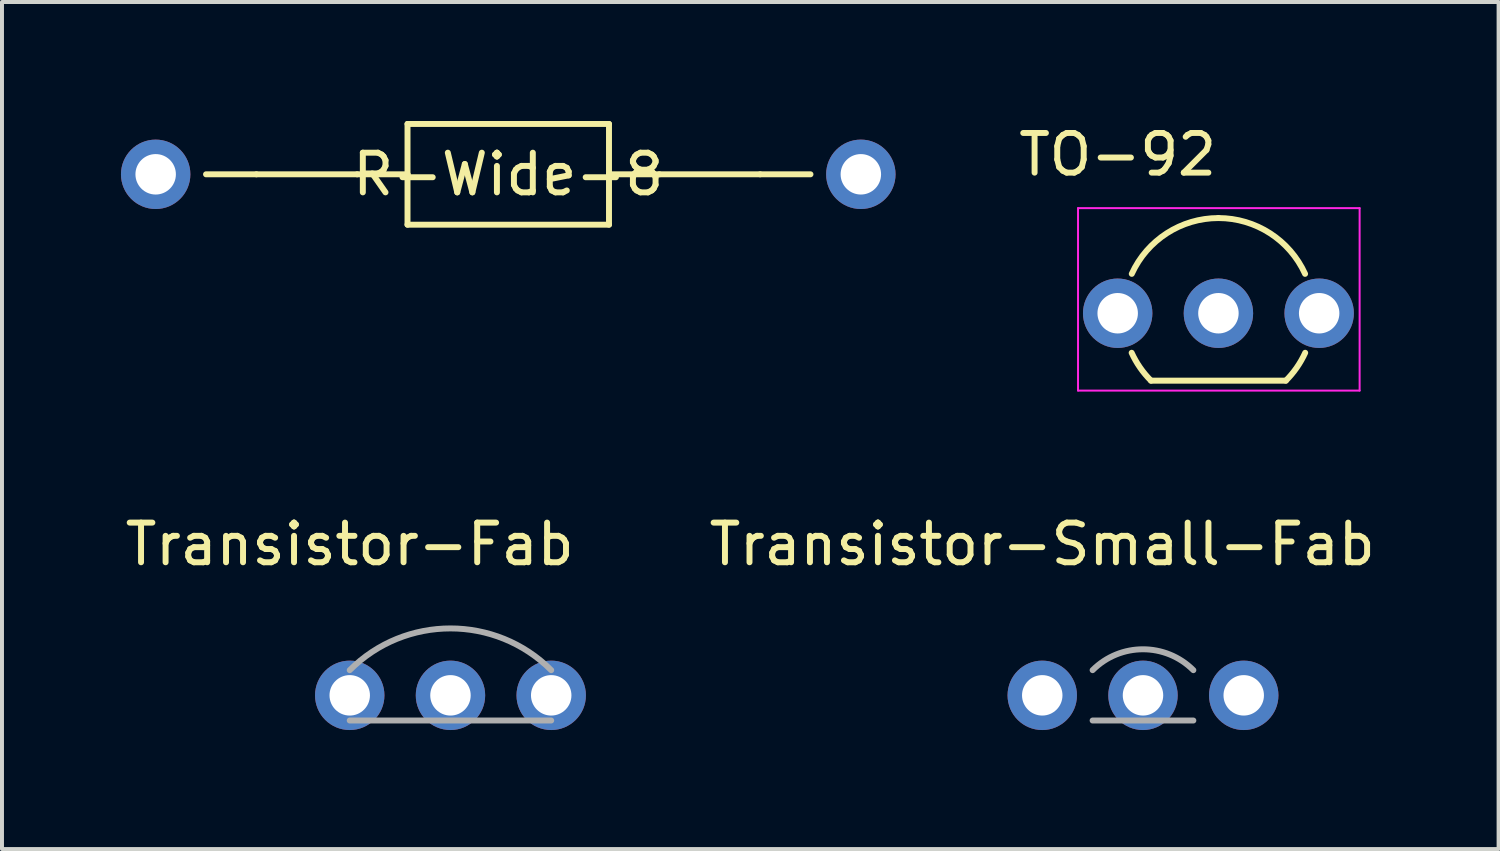
<source format=kicad_pcb>
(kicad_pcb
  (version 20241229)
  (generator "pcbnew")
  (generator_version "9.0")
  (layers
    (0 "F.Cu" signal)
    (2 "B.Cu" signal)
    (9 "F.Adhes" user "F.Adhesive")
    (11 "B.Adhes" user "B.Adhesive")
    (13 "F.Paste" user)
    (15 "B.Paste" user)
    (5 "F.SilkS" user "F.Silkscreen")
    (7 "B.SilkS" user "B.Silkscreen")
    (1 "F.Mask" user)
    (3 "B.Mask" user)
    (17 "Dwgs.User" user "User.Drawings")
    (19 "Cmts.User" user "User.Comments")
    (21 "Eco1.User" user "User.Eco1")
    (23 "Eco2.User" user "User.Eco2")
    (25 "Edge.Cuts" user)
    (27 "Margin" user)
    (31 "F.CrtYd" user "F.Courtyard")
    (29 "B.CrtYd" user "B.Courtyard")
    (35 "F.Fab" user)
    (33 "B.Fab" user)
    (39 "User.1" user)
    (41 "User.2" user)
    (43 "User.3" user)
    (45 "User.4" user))
  (footprint "TO-92"
    (layer "F.Cu")
    (at 25.131 4.848)
    (property "Reference" "TO-92" (at 0 -4 0) (layer "F.SilkS") (effects (font (size 1 1) (thickness 0.15))))
    (attr through_hole)
    (fp_line (start 0.84 1.7) (end 4.24 1.7) (stroke (width 0.15) (type solid)) (layer "F.SilkS"))
    (fp_arc (start 0.355121 -0.993127) (mid 1.240675 -2.017858) (end 2.54 -2.4) (stroke (width 0.15) (type solid)) (layer "F.SilkS"))
    (fp_arc (start 0.84 1.7) (mid 0.564627 1.370365) (end 0.352305 0.99699) (stroke (width 0.15) (type solid)) (layer "F.SilkS"))
    (fp_arc (start 2.54 -2.4) (mid 3.839326 -2.017858) (end 4.724879 -0.993127) (stroke (width 0.15) (type solid)) (layer "F.SilkS"))
    (fp_arc (start 4.727695 0.99699) (mid 4.515373 1.370365) (end 4.24 1.7) (stroke (width 0.15) (type solid)) (layer "F.SilkS"))
    (fp_line (start -1 -2.65) (end 6.1 -2.65) (stroke (width 0.05) (type solid)) (layer "F.CrtYd"))
    (fp_line (start -1 1.95) (end -1 -2.65) (stroke (width 0.05) (type solid)) (layer "F.CrtYd"))
    (fp_line (start -1 1.95) (end 6.1 1.95) (stroke (width 0.05) (type solid)) (layer "F.CrtYd"))
    (fp_line (start 6.1 1.95) (end 6.1 -2.65) (stroke (width 0.05) (type solid)) (layer "F.CrtYd"))
    (pad "1" thru_hole circle (at 0 0 90) (size 1.75 1.75) (drill 1.02) (layers "B.Cu" "B.Mask"))
    (pad "1" thru_hole circle (at 2.54 0 90) (size 1.75 1.75) (drill 1.02) (layers "B.Cu" "B.Mask"))
    (pad "1" thru_hole circle (at 5.08 0 90) (size 1.75 1.75) (drill 1.02) (layers "B.Cu" "B.Mask")))
  (footprint "Transistor-Fab"
    (layer "F.Cu")
    (at 5.768 14.482)
    (property "Reference" "Transistor-Fab" (at 0 -3.81 0) (layer "F.SilkS") (effects (font (size 1 1) (thickness 0.15))))
    (attr through_hole)
    (fp_line (start 0 0.635) (end 5.08 0.635) (stroke (width 0.15) (type solid)) (layer "F.Fab"))
    (fp_arc (start 0 -0.635) (mid 2.54 -1.687102) (end 5.08 -0.635) (stroke (width 0.15) (type solid)) (layer "F.Fab"))
    (pad "1" thru_hole circle (at 0 0) (size 1.75 1.75) (drill 1.02) (layers "B.Cu" "B.Mask"))
    (pad "1" thru_hole circle (at 2.54 0) (size 1.75 1.75) (drill 1.02) (layers "B.Cu" "B.Mask"))
    (pad "1" thru_hole circle (at 5.08 0) (size 1.75 1.75) (drill 1.02) (layers "B.Cu" "B.Mask")))
  (footprint "R-Wide-8"
    (layer "F.Cu")
    (at 0.875 1.345)
    (property "Reference" "R-Wide-8" (at 8.89 0 0) (layer "F.SilkS") (effects (font (size 1 1) (thickness 0.15))))
    (attr through_hole)
    (fp_line (start 2.54 0) (end 1.27 0) (stroke (width 0.15) (type solid)) (layer "F.SilkS"))
    (fp_line (start 5.08 0) (end 2.54 0) (stroke (width 0.15) (type solid)) (layer "F.SilkS"))
    (fp_line (start 6.35 -1.27) (end 11.43 -1.27) (stroke (width 0.15) (type solid)) (layer "F.SilkS"))
    (fp_line (start 6.35 0) (end 5.08 0) (stroke (width 0.15) (type solid)) (layer "F.SilkS"))
    (fp_line (start 6.35 0) (end 6.35 -1.27) (stroke (width 0.15) (type solid)) (layer "F.SilkS"))
    (fp_line (start 6.35 1.27) (end 6.35 0) (stroke (width 0.15) (type solid)) (layer "F.SilkS"))
    (fp_line (start 11.43 -1.27) (end 11.43 1.27) (stroke (width 0.15) (type solid)) (layer "F.SilkS"))
    (fp_line (start 11.43 0) (end 12.7 0) (stroke (width 0.15) (type solid)) (layer "F.SilkS"))
    (fp_line (start 11.43 1.27) (end 6.35 1.27) (stroke (width 0.15) (type solid)) (layer "F.SilkS"))
    (fp_line (start 12.7 0) (end 15.24 0) (stroke (width 0.15) (type solid)) (layer "F.SilkS"))
    (fp_line (start 15.24 0) (end 16.51 0) (stroke (width 0.15) (type solid)) (layer "F.SilkS"))
    (pad "1" thru_hole circle (at 0 0) (size 1.75 1.75) (drill 1.02) (layers "B.Cu" "B.Mask"))
    (pad "1" thru_hole circle (at 17.78 0) (size 1.75 1.75) (drill 1.02) (layers "B.Cu" "B.Mask")))
  (footprint "Transistor-Small-Fab"
    (layer "F.Cu")
    (at 23.229 14.482)
    (property "Reference" "Transistor-Small-Fab" (at 0 -3.81 0) (layer "F.SilkS") (effects (font (size 1 1) (thickness 0.15))))
    (attr through_hole)
    (fp_line (start 3.81 0.635) (end 1.27 0.635) (stroke (width 0.15) (type solid)) (layer "F.Fab"))
    (fp_arc (start 1.27 -0.635) (mid 2.54 -1.161051) (end 3.81 -0.635) (stroke (width 0.15) (type solid)) (layer "F.Fab"))
    (pad "1" thru_hole circle (at 0 0) (size 1.75 1.75) (drill 1.02) (layers "B.Cu" "B.Mask"))
    (pad "1" thru_hole circle (at 2.54 0) (size 1.75 1.75) (drill 1.02) (layers "B.Cu" "B.Mask"))
    (pad "1" thru_hole circle (at 5.08 0) (size 1.75 1.75) (drill 1.02) (layers "B.Cu" "B.Mask")))
  (gr_rect
    (start -3 -3)
    (end 34.735 18.357)
    (stroke (width 0.1) (type default))
    (fill no)
    (layer "Edge.Cuts")))
</source>
